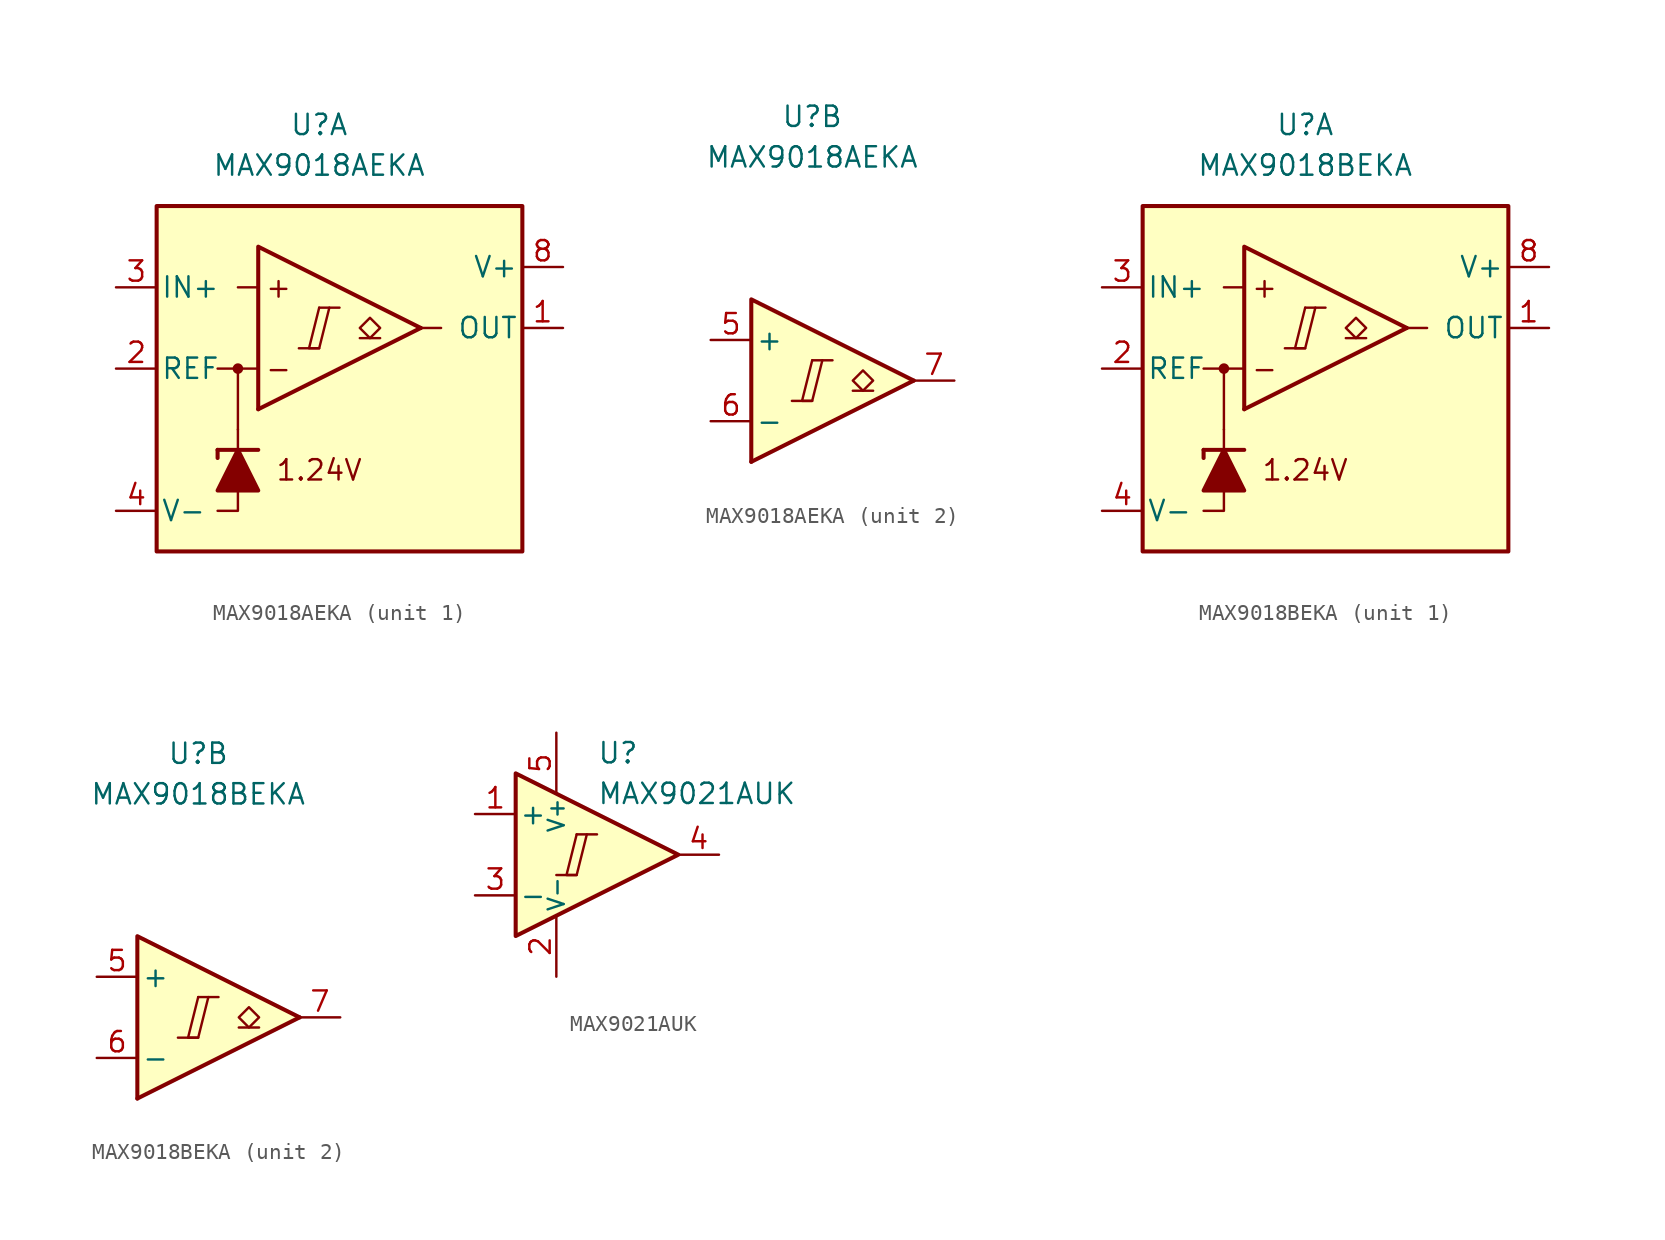
<source format=kicad_sym>
(kicad_symbol_lib
  (version 20211014)
  (generator kicad_symbol_editor)
  (symbol "MAX9018AEKA"
    (pin_names
      (offset 0.254))
    (property "Reference" "U"
      (at 0 16.51 0)
      (effects (font (size 1.27 1.27))))
    (property "Value" "MAX9018AEKA"
      (at 0 13.97 0)
      (effects (font (size 1.27 1.27))))
    (property "ki_locked" ""
      (at 0 0 0)
      (effects (font (size 1.27 1.27))))
    (symbol "MAX9018AEKA_1_0"
      (rectangle (start -10.16 11.43) (end 12.7 -10.16) (stroke (width 0.254) (type default) (color 0 0 0 0)) (fill (type background)))
      (circle (center -5.08 1.27) (radius 0.254) (stroke (width 0.152) (type default) (color 0 0 0 0)) (fill (type outline)))
      (polyline (pts (xy -5.08 1.27) (xy -6.35 1.27)) (stroke (width 0.152) (type default) (color 0 0 0 0)) (fill (type none)))
      (polyline (pts (xy -1.27 2.54) (xy 0 2.54)) (stroke (width 0.152) (type default) (color 0 0 0 0)) (fill (type none)))
      (polyline (pts (xy 0 5.08) (xy 1.27 5.08)) (stroke (width 0.152) (type default) (color 0 0 0 0)) (fill (type none)))
      (polyline (pts (xy 6.35 3.81) (xy -3.81 -1.27)) (stroke (width 0.254) (type default) (color 0 0 0 0)) (fill (type none)))
      (polyline (pts (xy -3.81 1.27) (xy -5.08 1.27) (xy -5.08 -2.54)) (stroke (width 0.152) (type default) (color 0 0 0 0)) (fill (type none)))
      (polyline (pts (xy 6.35 3.81) (xy -3.81 8.89) (xy -3.81 -1.27)) (stroke (width 0.254) (type default) (color 0 0 0 0)) (fill (type background)))
      (polyline (pts (xy 0 5.08) (xy -0.635 2.54) (xy 0 2.54) (xy 0.635 5.08)) (stroke (width 0.152) (type default) (color 0 0 0 0)) (fill (type none))))
    (symbol "MAX9018AEKA_1_1"
      (polyline (pts (xy -6.35 -3.81) (xy -6.35 -4.318)) (stroke (width 0.254) (type default) (color 0 0 0 0)) (fill (type none)))
      (polyline (pts (xy -6.35 -3.81) (xy -3.81 -3.81)) (stroke (width 0.254) (type default) (color 0 0 0 0)) (fill (type none)))
      (polyline (pts (xy -3.81 6.35) (xy -5.08 6.35)) (stroke (width 0) (type default) (color 0 0 0 0)) (fill (type none)))
      (polyline (pts (xy 3.81 3.175) (xy 2.54 3.175)) (stroke (width 0.152) (type default) (color 0 0 0 0)) (fill (type none)))
      (polyline (pts (xy 6.35 3.81) (xy 7.62 3.81)) (stroke (width 0) (type default) (color 0 0 0 0)) (fill (type none)))
      (polyline (pts (xy -5.08 -6.35) (xy -5.08 -7.62) (xy -6.35 -7.62)) (stroke (width 0) (type default) (color 0 0 0 0)) (fill (type none)))
      (polyline (pts (xy -5.08 -3.81) (xy -5.08 -2.54) (xy -5.08 -2.54)) (stroke (width 0) (type default) (color 0 0 0 0)) (fill (type none)))
      (polyline (pts (xy -3.81 -6.35) (xy -6.35 -6.35) (xy -5.08 -3.81) (xy -3.81 -6.35)) (stroke (width 0.254) (type default) (color 0 0 0 0)) (fill (type outline)))
      (polyline (pts (xy 3.175 3.175) (xy 2.54 3.81) (xy 3.175 4.445) (xy 3.81 3.81) (xy 3.175 3.175)) (stroke (width 0.152) (type default) (color 0 0 0 0)) (fill (type none)))
      (text "+" (at -2.54 6.35 0) (effects (font (size 1.27 1.27))))
      (text "-" (at -2.54 1.27 0) (effects (font (size 1.27 1.27))))
      (text "1.24V" (at 0 -5.08 0) (effects (font (size 1.27 1.27))))
      (pin output line (at 15.24 3.81 180) (length 2.54) (name "OUT" (effects (font (size 1.27 1.27)))) (number "1" (effects (font (size 1.27 1.27)))))
      (pin output line (at -12.7 1.27 0) (length 2.54) (name "REF" (effects (font (size 1.27 1.27)))) (number "2" (effects (font (size 1.27 1.27)))))
      (pin input line (at -12.7 6.35 0) (length 2.54) (name "IN+" (effects (font (size 1.27 1.27)))) (number "3" (effects (font (size 1.27 1.27)))))
      (pin power_in line (at -12.7 -7.62 0) (length 2.54) (name "V-" (effects (font (size 1.27 1.27)))) (number "4" (effects (font (size 1.27 1.27)))))
      (pin power_in line (at 15.24 7.62 180) (length 2.54) (name "V+" (effects (font (size 1.27 1.27)))) (number "8" (effects (font (size 1.27 1.27))))))
    (symbol "MAX9018AEKA_2_0"
      (polyline (pts (xy -1.27 -1.27) (xy 0 -1.27)) (stroke (width 0.152) (type default) (color 0 0 0 0)) (fill (type none)))
      (polyline (pts (xy 0 1.27) (xy 1.27 1.27)) (stroke (width 0.152) (type default) (color 0 0 0 0)) (fill (type none)))
      (polyline (pts (xy 6.35 0) (xy -3.81 -5.08)) (stroke (width 0.254) (type default) (color 0 0 0 0)) (fill (type none)))
      (polyline (pts (xy 6.35 0) (xy -3.81 5.08) (xy -3.81 -5.08)) (stroke (width 0.254) (type default) (color 0 0 0 0)) (fill (type background)))
      (polyline (pts (xy 0 1.27) (xy -0.635 -1.27) (xy 0 -1.27) (xy 0.635 1.27)) (stroke (width 0.152) (type default) (color 0 0 0 0)) (fill (type none))))
    (symbol "MAX9018AEKA_2_1"
      (polyline (pts (xy 3.81 -0.635) (xy 2.54 -0.635)) (stroke (width 0.152) (type default) (color 0 0 0 0)) (fill (type none)))
      (polyline (pts (xy 3.175 -0.635) (xy 2.54 0) (xy 3.175 0.635) (xy 3.81 0) (xy 3.175 -0.635)) (stroke (width 0.152) (type default) (color 0 0 0 0)) (fill (type none)))
      (pin input line (at -6.35 2.54 0) (length 2.54) (name "+" (effects (font (size 1.27 1.27)))) (number "5" (effects (font (size 1.27 1.27)))))
      (pin input line (at -6.35 -2.54 0) (length 2.54) (name "-" (effects (font (size 1.27 1.27)))) (number "6" (effects (font (size 1.27 1.27)))))
      (pin output line (at 8.89 0 180) (length 2.54) (name "~" (effects (font (size 1.27 1.27)))) (number "7" (effects (font (size 1.27 1.27)))))))
  (symbol "MAX9018BEKA"
    (pin_names
      (offset 0.254))
    (property "Reference" "U"
      (at 0 16.51 0)
      (effects (font (size 1.27 1.27))))
    (property "Value" "MAX9018BEKA"
      (at 0 13.97 0)
      (effects (font (size 1.27 1.27))))
    (property "ki_locked" ""
      (at 0 0 0)
      (effects (font (size 1.27 1.27))))
    (symbol "MAX9018BEKA_1_0"
      (rectangle (start -10.16 11.43) (end 12.7 -10.16) (stroke (width 0.254) (type default) (color 0 0 0 0)) (fill (type background)))
      (circle (center -5.08 1.27) (radius 0.254) (stroke (width 0.152) (type default) (color 0 0 0 0)) (fill (type outline)))
      (polyline (pts (xy -5.08 1.27) (xy -6.35 1.27)) (stroke (width 0.152) (type default) (color 0 0 0 0)) (fill (type none)))
      (polyline (pts (xy -1.27 2.54) (xy 0 2.54)) (stroke (width 0.152) (type default) (color 0 0 0 0)) (fill (type none)))
      (polyline (pts (xy 0 5.08) (xy 1.27 5.08)) (stroke (width 0.152) (type default) (color 0 0 0 0)) (fill (type none)))
      (polyline (pts (xy 6.35 3.81) (xy -3.81 -1.27)) (stroke (width 0.254) (type default) (color 0 0 0 0)) (fill (type none)))
      (polyline (pts (xy -3.81 1.27) (xy -5.08 1.27) (xy -5.08 -2.54)) (stroke (width 0.152) (type default) (color 0 0 0 0)) (fill (type none)))
      (polyline (pts (xy 6.35 3.81) (xy -3.81 8.89) (xy -3.81 -1.27)) (stroke (width 0.254) (type default) (color 0 0 0 0)) (fill (type background)))
      (polyline (pts (xy 0 5.08) (xy -0.635 2.54) (xy 0 2.54) (xy 0.635 5.08)) (stroke (width 0.152) (type default) (color 0 0 0 0)) (fill (type none))))
    (symbol "MAX9018BEKA_1_1"
      (polyline (pts (xy -6.35 -3.81) (xy -6.35 -4.318)) (stroke (width 0.254) (type default) (color 0 0 0 0)) (fill (type none)))
      (polyline (pts (xy -6.35 -3.81) (xy -3.81 -3.81)) (stroke (width 0.254) (type default) (color 0 0 0 0)) (fill (type none)))
      (polyline (pts (xy -3.81 6.35) (xy -5.08 6.35)) (stroke (width 0) (type default) (color 0 0 0 0)) (fill (type none)))
      (polyline (pts (xy 3.81 3.175) (xy 2.54 3.175)) (stroke (width 0.152) (type default) (color 0 0 0 0)) (fill (type none)))
      (polyline (pts (xy 6.35 3.81) (xy 7.62 3.81)) (stroke (width 0) (type default) (color 0 0 0 0)) (fill (type none)))
      (polyline (pts (xy -5.08 -6.35) (xy -5.08 -7.62) (xy -6.35 -7.62)) (stroke (width 0) (type default) (color 0 0 0 0)) (fill (type none)))
      (polyline (pts (xy -5.08 -3.81) (xy -5.08 -2.54) (xy -5.08 -2.54)) (stroke (width 0) (type default) (color 0 0 0 0)) (fill (type none)))
      (polyline (pts (xy -3.81 -6.35) (xy -6.35 -6.35) (xy -5.08 -3.81) (xy -3.81 -6.35)) (stroke (width 0.254) (type default) (color 0 0 0 0)) (fill (type outline)))
      (polyline (pts (xy 3.175 3.175) (xy 2.54 3.81) (xy 3.175 4.445) (xy 3.81 3.81) (xy 3.175 3.175)) (stroke (width 0.152) (type default) (color 0 0 0 0)) (fill (type none)))
      (text "+" (at -2.54 6.35 0) (effects (font (size 1.27 1.27))))
      (text "-" (at -2.54 1.27 0) (effects (font (size 1.27 1.27))))
      (text "1.24V" (at 0 -5.08 0) (effects (font (size 1.27 1.27))))
      (pin output line (at 15.24 3.81 180) (length 2.54) (name "OUT" (effects (font (size 1.27 1.27)))) (number "1" (effects (font (size 1.27 1.27)))))
      (pin output line (at -12.7 1.27 0) (length 2.54) (name "REF" (effects (font (size 1.27 1.27)))) (number "2" (effects (font (size 1.27 1.27)))))
      (pin input line (at -12.7 6.35 0) (length 2.54) (name "IN+" (effects (font (size 1.27 1.27)))) (number "3" (effects (font (size 1.27 1.27)))))
      (pin power_in line (at -12.7 -7.62 0) (length 2.54) (name "V-" (effects (font (size 1.27 1.27)))) (number "4" (effects (font (size 1.27 1.27)))))
      (pin power_in line (at 15.24 7.62 180) (length 2.54) (name "V+" (effects (font (size 1.27 1.27)))) (number "8" (effects (font (size 1.27 1.27))))))
    (symbol "MAX9018BEKA_2_0"
      (polyline (pts (xy -1.27 -1.27) (xy 0 -1.27)) (stroke (width 0.152) (type default) (color 0 0 0 0)) (fill (type none)))
      (polyline (pts (xy 0 1.27) (xy 1.27 1.27)) (stroke (width 0.152) (type default) (color 0 0 0 0)) (fill (type none)))
      (polyline (pts (xy 6.35 0) (xy -3.81 -5.08)) (stroke (width 0.254) (type default) (color 0 0 0 0)) (fill (type none)))
      (polyline (pts (xy 6.35 0) (xy -3.81 5.08) (xy -3.81 -5.08)) (stroke (width 0.254) (type default) (color 0 0 0 0)) (fill (type background)))
      (polyline (pts (xy 0 1.27) (xy -0.635 -1.27) (xy 0 -1.27) (xy 0.635 1.27)) (stroke (width 0.152) (type default) (color 0 0 0 0)) (fill (type none))))
    (symbol "MAX9018BEKA_2_1"
      (polyline (pts (xy 3.81 -0.635) (xy 2.54 -0.635)) (stroke (width 0.152) (type default) (color 0 0 0 0)) (fill (type none)))
      (polyline (pts (xy 3.175 -0.635) (xy 2.54 0) (xy 3.175 0.635) (xy 3.81 0) (xy 3.175 -0.635)) (stroke (width 0.152) (type default) (color 0 0 0 0)) (fill (type none)))
      (pin input line (at -6.35 2.54 0) (length 2.54) (name "+" (effects (font (size 1.27 1.27)))) (number "5" (effects (font (size 1.27 1.27)))))
      (pin input line (at -6.35 -2.54 0) (length 2.54) (name "-" (effects (font (size 1.27 1.27)))) (number "6" (effects (font (size 1.27 1.27)))))
      (pin output line (at 8.89 0 180) (length 2.54) (name "~" (effects (font (size 1.27 1.27)))) (number "7" (effects (font (size 1.27 1.27)))))))
  (symbol "MAX9021AUK"
    (pin_names
      (offset 0.2))
    (property "Reference" "U"
      (at 1.27 6.35 0)
      (effects (font (size 1.27 1.27)) (justify left)))
    (property "Value" "MAX9021AUK"
      (at 1.27 3.81 0)
      (effects (font (size 1.27 1.27)) (justify left)))
    (symbol "MAX9021AUK_0_0"
      (polyline (pts (xy -1.27 -1.27) (xy 0 -1.27)) (stroke (width 0.152) (type default) (color 0 0 0 0)) (fill (type none)))
      (polyline (pts (xy 0 1.27) (xy 1.27 1.27)) (stroke (width 0.152) (type default) (color 0 0 0 0)) (fill (type none)))
      (polyline (pts (xy 0 1.27) (xy -0.635 -1.27) (xy 0 -1.27) (xy 0.635 1.27)) (stroke (width 0.152) (type default) (color 0 0 0 0)) (fill (type none))))
    (symbol "MAX9021AUK_0_1"
      (polyline (pts (xy -3.81 5.08) (xy -3.81 -5.08) (xy 6.35 0) (xy -3.81 5.08)) (stroke (width 0.254) (type default) (color 0 0 0 0)) (fill (type background))))
    (symbol "MAX9021AUK_1_1"
      (pin input line (at -6.35 2.54 0) (length 2.54) (name "+" (effects (font (size 1.27 1.27)))) (number "1" (effects (font (size 1.27 1.27)))))
      (pin power_in line (at -1.27 -7.62 90) (length 3.81) (name "V-" (effects (font (size 1 1)))) (number "2" (effects (font (size 1.27 1.27)))))
      (pin input line (at -6.35 -2.54 0) (length 2.54) (name "-" (effects (font (size 1.27 1.27)))) (number "3" (effects (font (size 1.27 1.27)))))
      (pin output line (at 8.89 0 180) (length 2.54) (name "~" (effects (font (size 1.27 1.27)))) (number "4" (effects (font (size 1.27 1.27)))))
      (pin power_in line (at -1.27 7.62 270) (length 3.81) (name "V+" (effects (font (size 1 1)))) (number "5" (effects (font (size 1.27 1.27))))))))
</source>
